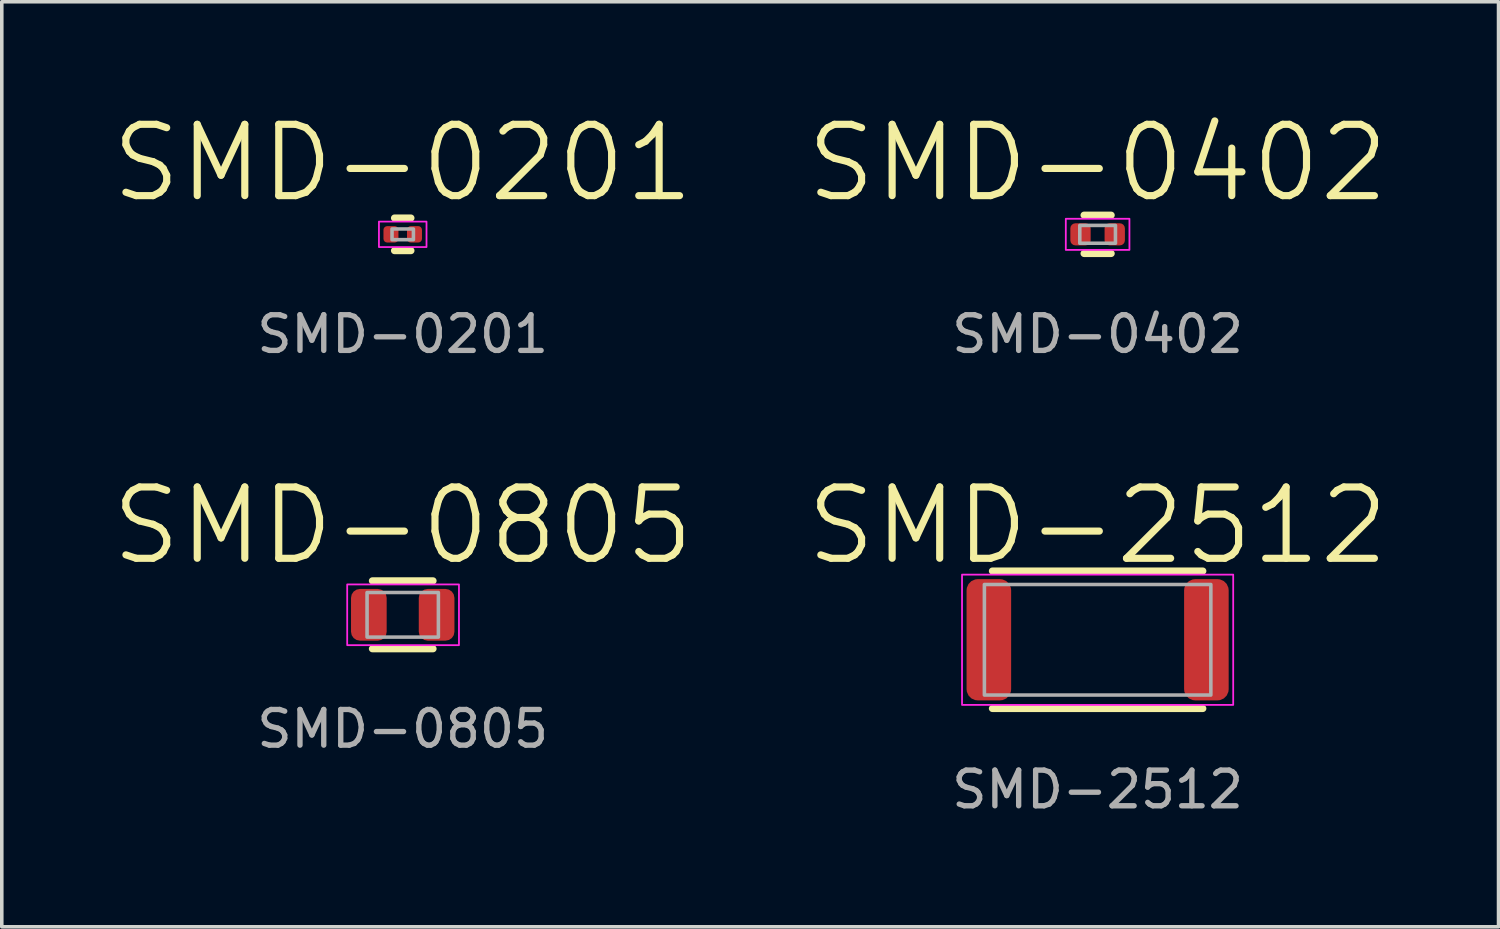
<source format=kicad_pcb>
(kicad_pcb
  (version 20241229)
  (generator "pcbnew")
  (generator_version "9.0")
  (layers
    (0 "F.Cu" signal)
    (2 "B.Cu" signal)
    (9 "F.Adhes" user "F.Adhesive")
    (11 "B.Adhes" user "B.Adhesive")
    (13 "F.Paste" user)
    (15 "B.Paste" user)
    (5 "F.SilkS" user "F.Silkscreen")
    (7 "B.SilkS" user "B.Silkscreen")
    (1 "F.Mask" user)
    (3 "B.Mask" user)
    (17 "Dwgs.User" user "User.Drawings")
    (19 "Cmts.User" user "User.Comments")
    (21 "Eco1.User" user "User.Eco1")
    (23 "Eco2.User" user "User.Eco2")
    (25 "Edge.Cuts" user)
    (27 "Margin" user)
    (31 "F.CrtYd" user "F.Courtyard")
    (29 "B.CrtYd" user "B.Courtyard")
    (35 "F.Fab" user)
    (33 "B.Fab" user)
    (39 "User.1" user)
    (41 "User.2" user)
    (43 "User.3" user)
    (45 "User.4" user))
  (footprint "SMD-0402"
    (layer "F.Cu")
    (at 27.729 3.521)
    (property "Reference" "SMD-0402" (at 0 -2 0) (unlocked yes) (layer "F.SilkS") (effects (font (size 2 2) (thickness 0.2) (bold yes))))
    (property "Description" "" (at 0 0 0) (unlocked yes) (layer "F.Fab") (effects (font (size 1 1) (thickness 0.15))))
    (attr smd)
    (fp_line (start 0.38 -0.537) (end -0.38 -0.537) (stroke (width 0.2) (type default)) (layer "F.SilkS"))
    (fp_line (start 0.38 0.537) (end -0.38 0.537) (stroke (width 0.2) (type default)) (layer "F.SilkS"))
    (fp_rect (start -0.892 -0.437) (end 0.892 0.437) (stroke (width 0.05) (type default)) (fill no) (layer "F.CrtYd"))
    (fp_rect (start -0.5 0.25) (end 0.5 -0.25) (stroke (width 0.1) (type default)) (fill no) (layer "F.Fab"))
    (fp_text user "${REFERENCE}" (at 0 2.8 0) (unlocked yes) (layer "F.Fab") (effects (font (size 1 1) (thickness 0.15))))
    (pad "1" smd roundrect (at -0.48 0) (size 0.57 0.62) (layers "F.Cu" "F.Mask" "F.Paste") (roundrect_rratio 0.25))
    (pad "2" smd roundrect (at 0.48 0) (size 0.57 0.62) (layers "F.Cu" "F.Mask" "F.Paste") (roundrect_rratio 0.25))
    (zone (net_name "") (layers "F.Cu" "B.Cu") (hatch full 0.1) (connect_pads) (min_thickness 0.25) (filled_areas_thickness no) (keepout (tracks allowed) (vias allowed) (pads allowed) (copperpour not_allowed) (footprints allowed)) (placement (enabled no)) (fill) (polygon (pts (xy 27.249 3.211) (xy 27.249 3.831) (xy 28.209 3.831) (xy 28.209 3.211)))))
  (footprint "SMD-2512"
    (layer "F.Cu")
    (at 27.729 14.89)
    (property "Reference" "SMD-2512" (at 0 -3.2 0) (unlocked yes) (layer "F.SilkS") (effects (font (size 2 2) (thickness 0.2) (bold yes))))
    (property "Description" "" (at 0 0 0) (unlocked yes) (layer "F.Fab") (effects (font (size 1 1) (thickness 0.15))))
    (attr smd)
    (fp_line (start 2.95 -1.927) (end -2.95 -1.927) (stroke (width 0.2) (type default)) (layer "F.SilkS"))
    (fp_line (start 2.95 1.927) (end -2.95 1.927) (stroke (width 0.2) (type default)) (layer "F.SilkS"))
    (fp_rect (start -3.802 -1.827) (end 3.802 1.827) (stroke (width 0.05) (type default)) (fill no) (layer "F.CrtYd"))
    (fp_rect (start -3.175 1.55) (end 3.175 -1.55) (stroke (width 0.1) (type default)) (fill no) (layer "F.Fab"))
    (fp_text user "${REFERENCE}" (at 0 4.2 0) (unlocked yes) (layer "F.Fab") (effects (font (size 1 1) (thickness 0.15))))
    (pad "1" smd roundrect (at -3.05 0) (size 1.25 3.4) (layers "F.Cu" "F.Mask" "F.Paste") (roundrect_rratio 0.25))
    (pad "2" smd roundrect (at 3.05 0) (size 1.25 3.4) (layers "F.Cu" "F.Mask" "F.Paste") (roundrect_rratio 0.25))
    (zone (net_name "") (layers "F.Cu" "B.Cu") (hatch full 0.1) (connect_pads) (min_thickness 0.25) (filled_areas_thickness no) (keepout (tracks allowed) (vias allowed) (pads allowed) (copperpour not_allowed) (footprints allowed)) (placement (enabled no)) (fill) (polygon (pts (xy 24.679 13.19) (xy 24.679 16.59) (xy 30.779 16.59) (xy 30.779 13.19)))))
  (footprint "SMD-0201"
    (layer "F.Cu")
    (at 8.243 3.521)
    (property "Reference" "SMD-0201" (at 0 -2 0) (unlocked yes) (layer "F.SilkS") (effects (font (size 2 2) (thickness 0.2) (bold yes))))
    (property "Description" "" (at 0 0 0) (unlocked yes) (layer "F.Fab") (effects (font (size 1 1) (thickness 0.15))))
    (attr smd)
    (fp_line (start 0.23 -0.457) (end -0.23 -0.457) (stroke (width 0.2) (type default)) (layer "F.SilkS"))
    (fp_line (start 0.23 0.457) (end -0.23 0.457) (stroke (width 0.2) (type default)) (layer "F.SilkS"))
    (fp_rect (start -0.667 -0.357) (end 0.667 0.357) (stroke (width 0.05) (type default)) (fill no) (layer "F.CrtYd"))
    (fp_rect (start -0.3 0.15) (end 0.3 -0.15) (stroke (width 0.1) (type default)) (fill no) (layer "F.Fab"))
    (fp_text user "${REFERENCE}" (at 0 2.8 0) (unlocked yes) (layer "F.Fab") (effects (font (size 1 1) (thickness 0.15))))
    (pad "1" smd roundrect (at -0.33 0) (size 0.42 0.46) (layers "F.Cu" "F.Mask" "F.Paste") (roundrect_rratio 0.25))
    (pad "2" smd roundrect (at 0.33 0) (size 0.42 0.46) (layers "F.Cu" "F.Mask" "F.Paste") (roundrect_rratio 0.25))
    (zone (net_name "") (layers "F.Cu" "B.Cu") (hatch full 0.1) (connect_pads) (min_thickness 0.25) (filled_areas_thickness no) (keepout (tracks allowed) (vias allowed) (pads allowed) (copperpour not_allowed) (footprints allowed)) (placement (enabled no)) (fill) (polygon (pts (xy 7.913 3.291) (xy 7.913 3.751) (xy 8.573 3.751) (xy 8.573 3.291)))))
  (footprint "SMD-0805"
    (layer "F.Cu")
    (at 8.243 14.19)
    (property "Reference" "SMD-0805" (at 0 -2.5 0) (unlocked yes) (layer "F.SilkS") (effects (font (size 2 2) (thickness 0.2) (bold yes))))
    (property "Description" "" (at 0 0 0) (unlocked yes) (layer "F.Fab") (effects (font (size 1 1) (thickness 0.15))))
    (attr smd)
    (fp_line (start 0.85 -0.952) (end -0.85 -0.952) (stroke (width 0.2) (type default)) (layer "F.SilkS"))
    (fp_line (start 0.85 0.952) (end -0.85 0.952) (stroke (width 0.2) (type default)) (layer "F.SilkS"))
    (fp_rect (start -1.557 -0.852) (end 1.577 0.852) (stroke (width 0.05) (type default)) (fill no) (layer "F.CrtYd"))
    (fp_rect (start -1 0.625) (end 1 -0.625) (stroke (width 0.1) (type default)) (fill no) (layer "F.Fab"))
    (fp_text user "${REFERENCE}" (at 0 3.2 0) (unlocked yes) (layer "F.Fab") (effects (font (size 1 1) (thickness 0.15))))
    (pad "1" smd roundrect (at -0.95 0) (size 1 1.45) (layers "F.Cu" "F.Mask" "F.Paste") (roundrect_rratio 0.25))
    (pad "2" smd roundrect (at 0.95 0) (size 1 1.45) (layers "F.Cu" "F.Mask" "F.Paste") (roundrect_rratio 0.25))
    (zone (net_name "") (layers "F.Cu" "B.Cu") (hatch full 0.1) (connect_pads) (min_thickness 0.25) (filled_areas_thickness no) (keepout (tracks allowed) (vias allowed) (pads allowed) (copperpour not_allowed) (footprints allowed)) (placement (enabled no)) (fill) (polygon (pts (xy 7.293 13.465) (xy 7.293 14.915) (xy 9.193 14.915) (xy 9.193 13.465)))))
  (gr_rect
    (start -3 -3)
    (end 38.971 22.939)
    (stroke (width 0.1) (type default))
    (fill no)
    (layer "Edge.Cuts")))
</source>
